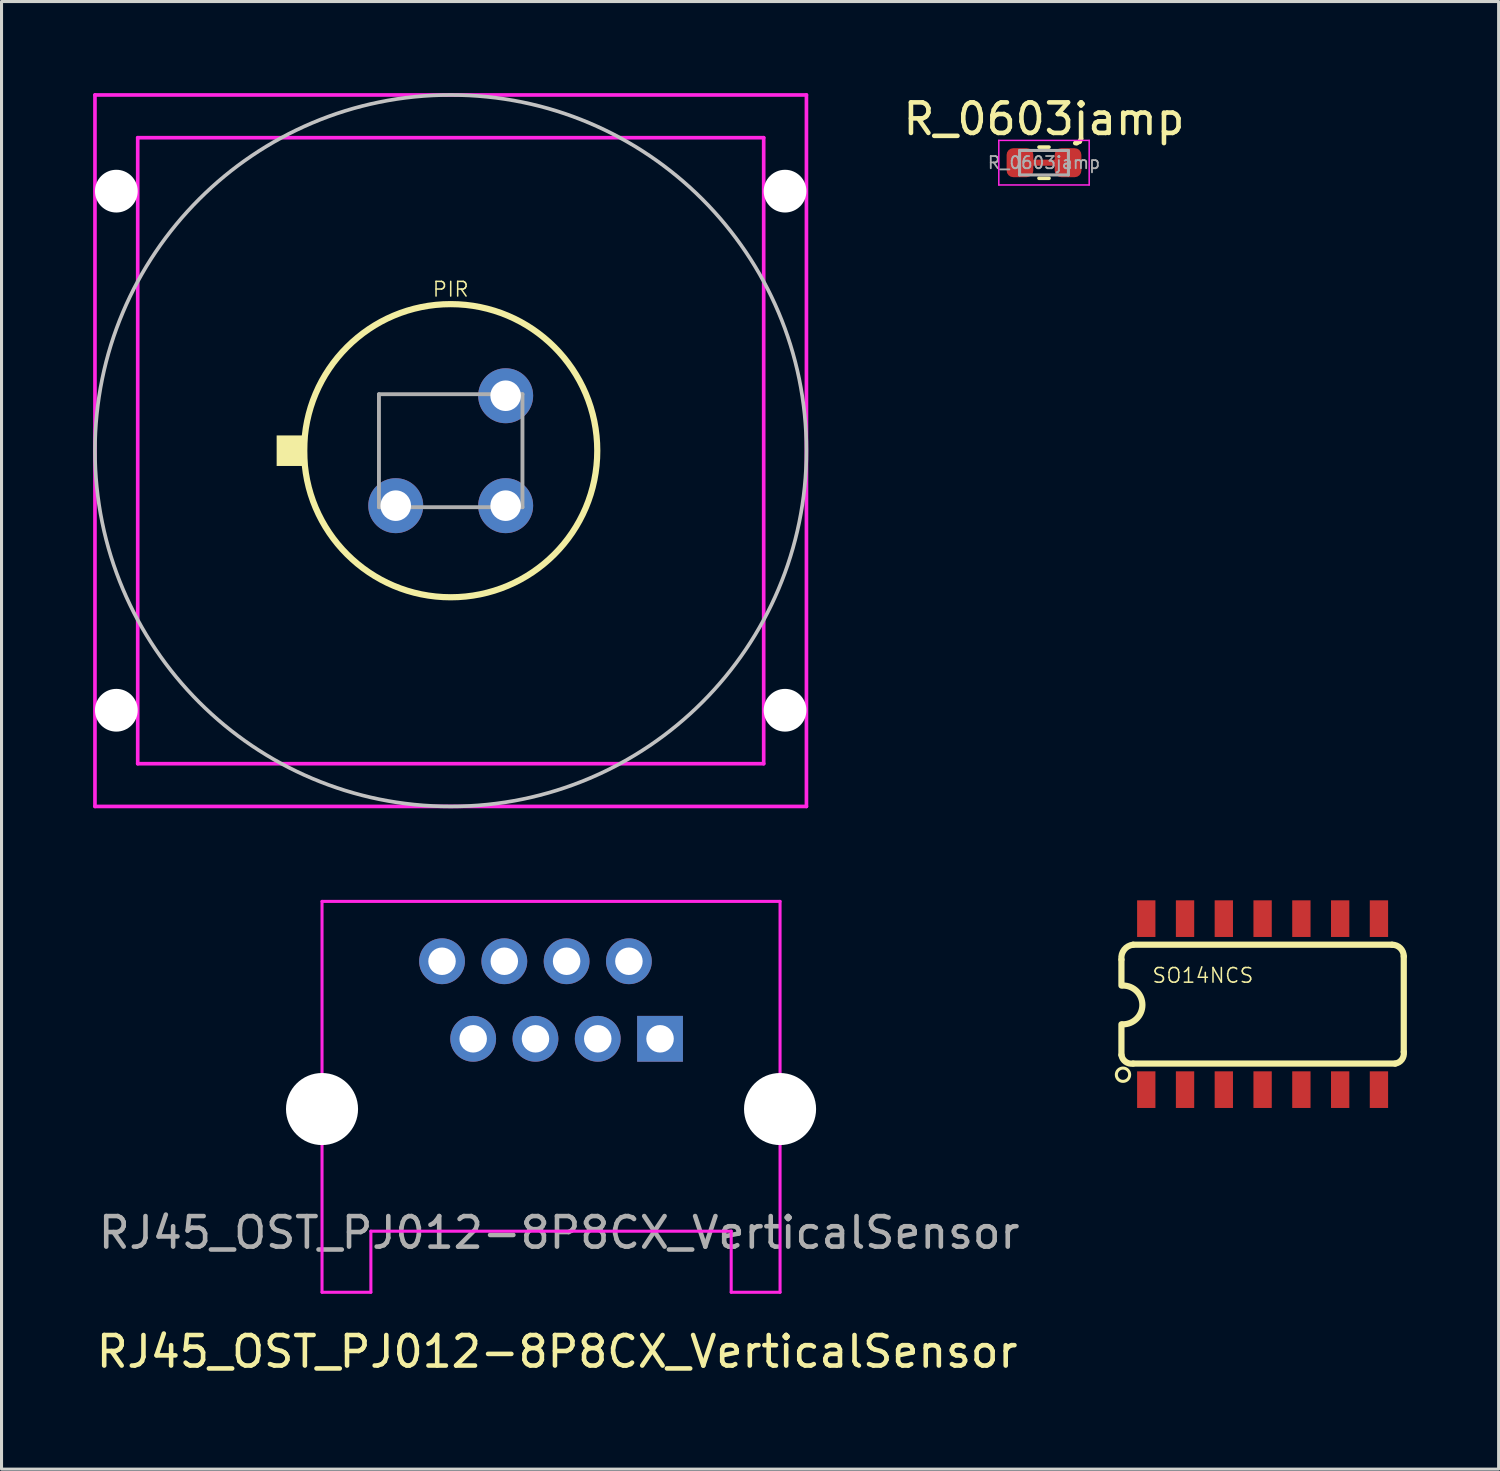
<source format=kicad_pcb>
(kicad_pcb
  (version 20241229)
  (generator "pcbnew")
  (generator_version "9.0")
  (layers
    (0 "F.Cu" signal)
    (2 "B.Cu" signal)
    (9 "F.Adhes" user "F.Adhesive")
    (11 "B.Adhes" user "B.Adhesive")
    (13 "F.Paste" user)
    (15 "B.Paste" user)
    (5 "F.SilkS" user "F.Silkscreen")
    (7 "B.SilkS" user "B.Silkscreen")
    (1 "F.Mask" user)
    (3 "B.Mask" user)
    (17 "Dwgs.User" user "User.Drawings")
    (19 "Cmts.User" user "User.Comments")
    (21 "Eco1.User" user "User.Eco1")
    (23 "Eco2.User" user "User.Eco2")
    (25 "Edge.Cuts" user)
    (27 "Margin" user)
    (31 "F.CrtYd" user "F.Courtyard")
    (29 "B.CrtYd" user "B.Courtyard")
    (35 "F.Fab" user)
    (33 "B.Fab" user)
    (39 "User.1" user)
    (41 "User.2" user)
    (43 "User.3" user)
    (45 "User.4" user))
  (footprint "SO14NCS"
    (layer "F.Cu")
    (at 38.299 29.835)
    (property "Reference" "SO14NCS" (at -1.956 -0.94 0) (layer "F.SilkS") (effects (font (size 0.48 0.48) (thickness 0.05))))
    (attr smd)
    (fp_line (start -4.623 -1.453) (end -4.623 -0.61) (stroke (width 0.203) (type solid)) (layer "F.SilkS"))
    (fp_line (start -4.623 1.665) (end -4.623 0.66) (stroke (width 0.203) (type solid)) (layer "F.SilkS"))
    (fp_line (start -4.242 1.946) (end 4.342 1.946) (stroke (width 0.203) (type solid)) (layer "F.SilkS"))
    (fp_line (start 4.242 -1.946) (end -4.242 -1.946) (stroke (width 0.203) (type solid)) (layer "F.SilkS"))
    (fp_line (start 4.623 1.565) (end 4.623 -1.565) (stroke (width 0.203) (type solid)) (layer "F.SilkS"))
    (fp_arc (start -4.62282 -1.46548) (mid -4.531891 -1.784802) (end -4.2418 -1.9463) (stroke (width 0.2032) (type solid)) (layer "F.SilkS"))
    (fp_arc (start -4.572 -0.6096) (mid -3.937 0.0254) (end -4.572 0.6604) (stroke (width 0.2032) (type solid)) (layer "F.SilkS"))
    (fp_arc (start -4.2418 1.9463) (mid -4.490497 1.884708) (end -4.6228 1.6653) (stroke (width 0.2032) (type solid)) (layer "F.SilkS"))
    (fp_arc (start 4.242 -1.9463) (mid 4.511308 -1.834666) (end 4.6228 -1.5653) (stroke (width 0.2032) (type solid)) (layer "F.SilkS"))
    (fp_arc (start 4.6228 1.5653) (mid 4.561208 1.813997) (end 4.3418 1.9463) (stroke (width 0.2032) (type solid)) (layer "F.SilkS"))
    (fp_circle (center -4.572 2.311) (end -4.354 2.311) (stroke (width 0.1) (type solid)) (fill no) (layer "F.SilkS"))
    (fp_poly (pts (xy -4.064 -3.365) (xy -3.556 -3.365) (xy -3.556 -2.286) (xy -4.064 -2.286)) (stroke (width 0.1) (type solid)) (fill no) (layer "Eco2.User"))
    (fp_poly (pts (xy -4.064 2.273) (xy -3.556 2.273) (xy -3.556 3.302) (xy -4.064 3.302)) (stroke (width 0.1) (type solid)) (fill no) (layer "Eco2.User"))
    (fp_poly (pts (xy -2.794 -3.302) (xy -2.286 -3.302) (xy -2.286 -2.286) (xy -2.794 -2.286)) (stroke (width 0.1) (type solid)) (fill no) (layer "Eco2.User"))
    (fp_poly (pts (xy -2.794 2.273) (xy -2.286 2.273) (xy -2.286 3.302) (xy -2.794 3.302)) (stroke (width 0.1) (type solid)) (fill no) (layer "Eco2.User"))
    (fp_poly (pts (xy -1.524 -3.302) (xy -1.016 -3.302) (xy -1.016 -2.286) (xy -1.524 -2.286)) (stroke (width 0.1) (type solid)) (fill no) (layer "Eco2.User"))
    (fp_poly (pts (xy -1.524 2.273) (xy -1.016 2.273) (xy -1.016 3.302) (xy -1.524 3.302)) (stroke (width 0.1) (type solid)) (fill no) (layer "Eco2.User"))
    (fp_poly (pts (xy -0.254 -3.302) (xy 0.254 -3.302) (xy 0.254 -2.286) (xy -0.254 -2.286)) (stroke (width 0.1) (type solid)) (fill no) (layer "Eco2.User"))
    (fp_poly (pts (xy -0.254 2.273) (xy 0.254 2.273) (xy 0.254 3.302) (xy -0.254 3.302)) (stroke (width 0.1) (type solid)) (fill no) (layer "Eco2.User"))
    (fp_poly (pts (xy 1.016 -3.302) (xy 1.524 -3.302) (xy 1.524 -2.286) (xy 1.016 -2.286)) (stroke (width 0.1) (type solid)) (fill no) (layer "Eco2.User"))
    (fp_poly (pts (xy 1.016 2.273) (xy 1.524 2.273) (xy 1.524 3.302) (xy 1.016 3.302)) (stroke (width 0.1) (type solid)) (fill no) (layer "Eco2.User"))
    (fp_poly (pts (xy 2.286 -3.302) (xy 2.794 -3.302) (xy 2.794 -2.286) (xy 2.286 -2.286)) (stroke (width 0.1) (type solid)) (fill no) (layer "Eco2.User"))
    (fp_poly (pts (xy 2.286 2.273) (xy 2.794 2.273) (xy 2.794 3.302) (xy 2.286 3.302)) (stroke (width 0.1) (type solid)) (fill no) (layer "Eco2.User"))
    (fp_poly (pts (xy 3.556 -3.302) (xy 4.064 -3.302) (xy 4.064 -2.286) (xy 3.556 -2.286)) (stroke (width 0.1) (type solid)) (fill no) (layer "Eco2.User"))
    (fp_poly (pts (xy 3.556 2.273) (xy 4.064 2.273) (xy 4.064 3.302) (xy 3.556 3.302)) (stroke (width 0.1) (type solid)) (fill no) (layer "Eco2.User"))
    (pad "1" smd rect (at -3.81 2.8) (size 0.6 1.2) (layers "F.Cu" "F.Mask" "F.Paste"))
    (pad "2" smd rect (at -2.54 2.8) (size 0.6 1.2) (layers "F.Cu" "F.Mask" "F.Paste"))
    (pad "3" smd rect (at -1.27 2.8) (size 0.6 1.2) (layers "F.Cu" "F.Mask" "F.Paste"))
    (pad "4" smd rect (at 0 2.8) (size 0.6 1.2) (layers "F.Cu" "F.Mask" "F.Paste"))
    (pad "5" smd rect (at 1.27 2.8) (size 0.6 1.2) (layers "F.Cu" "F.Mask" "F.Paste"))
    (pad "6" smd rect (at 2.54 2.8) (size 0.6 1.2) (layers "F.Cu" "F.Mask" "F.Paste"))
    (pad "7" smd rect (at 3.81 2.8) (size 0.6 1.2) (layers "F.Cu" "F.Mask" "F.Paste"))
    (pad "8" smd rect (at 3.81 -2.8) (size 0.6 1.2) (layers "F.Cu" "F.Mask" "F.Paste"))
    (pad "9" smd rect (at 2.54 -2.8) (size 0.6 1.2) (layers "F.Cu" "F.Mask" "F.Paste"))
    (pad "10" smd rect (at 1.27 -2.8) (size 0.6 1.2) (layers "F.Cu" "F.Mask" "F.Paste"))
    (pad "11" smd rect (at 0 -2.8) (size 0.6 1.2) (layers "F.Cu" "F.Mask" "F.Paste"))
    (pad "12" smd rect (at -1.27 -2.8) (size 0.6 1.2) (layers "F.Cu" "F.Mask" "F.Paste"))
    (pad "13" smd rect (at -2.54 -2.8) (size 0.6 1.2) (layers "F.Cu" "F.Mask" "F.Paste"))
    (pad "14" smd rect (at -3.81 -2.8) (size 0.6 1.2) (layers "F.Cu" "F.Mask" "F.Paste")))
  (footprint "R_0603jamp"
    (layer "F.Cu")
    (at 31.14 2.278)
    (property "Reference" "R_0603jamp" (at 0 -1.43 0) (layer "F.SilkS") (effects (font (size 1 1) (thickness 0.15))))
    (attr smd)
    (fp_line (start -0.163 -0.51) (end 0.163 -0.51) (stroke (width 0.12) (type solid)) (layer "F.SilkS"))
    (fp_line (start -0.163 0.51) (end 0.163 0.51) (stroke (width 0.12) (type solid)) (layer "F.SilkS"))
    (fp_line (start -1.48 -0.73) (end 1.48 -0.73) (stroke (width 0.05) (type solid)) (layer "F.CrtYd"))
    (fp_line (start -1.48 0.73) (end -1.48 -0.73) (stroke (width 0.05) (type solid)) (layer "F.CrtYd"))
    (fp_line (start 1.48 -0.73) (end 1.48 0.73) (stroke (width 0.05) (type solid)) (layer "F.CrtYd"))
    (fp_line (start 1.48 0.73) (end -1.48 0.73) (stroke (width 0.05) (type solid)) (layer "F.CrtYd"))
    (fp_line (start -0.8 -0.4) (end 0.8 -0.4) (stroke (width 0.1) (type solid)) (layer "F.Fab"))
    (fp_line (start -0.8 0.4) (end -0.8 -0.4) (stroke (width 0.1) (type solid)) (layer "F.Fab"))
    (fp_line (start 0.8 -0.4) (end 0.8 0.4) (stroke (width 0.1) (type solid)) (layer "F.Fab"))
    (fp_line (start 0.8 0.4) (end -0.8 0.4) (stroke (width 0.1) (type solid)) (layer "F.Fab"))
    (fp_text user "${REFERENCE}" (at 0 0 0) (layer "F.Fab") (effects (font (size 0.4 0.4) (thickness 0.06))))
    (pad "1" smd roundrect (at -0.787 0) (size 0.875 0.95) (layers "F.Cu" "F.Mask" "F.Paste") (roundrect_rratio 0.25))
    (pad "2" connect rect (at 0 0) (size 1 0.2) (layers "F.Cu" "F.Mask"))
    (pad "2" smd roundrect (at 0.787 0) (size 0.875 0.95) (layers "F.Cu" "F.Mask" "F.Paste") (roundrect_rratio 0.25)))
  (footprint "PIR"
    (layer "F.Cu")
    (at 11.71 11.71)
    (property "Reference" "PIR" (at 0 -5.285 0) (layer "F.SilkS") (effects (font (size 0.48 0.48) (thickness 0.05))))
    (attr through_hole)
    (fp_circle (center 0 0) (end 4.8 0) (stroke (width 0.203) (type solid)) (fill no) (layer "F.SilkS"))
    (fp_poly (pts (xy -5.7 -0.5) (xy -4.7 -0.5) (xy -4.7 0.5) (xy -5.7 0.5)) (stroke (width 0) (type solid)) (fill yes) (layer "F.SilkS"))
    (fp_circle (center 0 0) (end 11.65 -0.001) (stroke (width 0.12) (type solid)) (fill no) (layer "Dwgs.User"))
    (fp_line (start -11.65 -11.65) (end -11.65 11.65) (stroke (width 0.12) (type solid)) (layer "F.CrtYd"))
    (fp_line (start -11.65 -11.65) (end 11.65 -11.65) (stroke (width 0.12) (type solid)) (layer "F.CrtYd"))
    (fp_line (start -11.65 11.65) (end 11.65 11.65) (stroke (width 0.12) (type solid)) (layer "F.CrtYd"))
    (fp_line (start -10.25 -10.25) (end 10.25 -10.25) (stroke (width 0.12) (type solid)) (layer "F.CrtYd"))
    (fp_line (start -10.25 10.25) (end -10.25 -10.25) (stroke (width 0.12) (type solid)) (layer "F.CrtYd"))
    (fp_line (start -10.25 10.25) (end 10.25 10.25) (stroke (width 0.12) (type solid)) (layer "F.CrtYd"))
    (fp_line (start 10.25 10.25) (end 10.25 -10.25) (stroke (width 0.12) (type solid)) (layer "F.CrtYd"))
    (fp_line (start 11.65 -11.65) (end 11.65 11.65) (stroke (width 0.12) (type solid)) (layer "F.CrtYd"))
    (fp_line (start -2.35 -1.85) (end -2.35 1.85) (stroke (width 0.127) (type solid)) (layer "F.Fab"))
    (fp_line (start -2.35 1.85) (end 2.35 1.85) (stroke (width 0.127) (type solid)) (layer "F.Fab"))
    (fp_line (start 2.35 -1.85) (end -2.35 -1.85) (stroke (width 0.127) (type solid)) (layer "F.Fab"))
    (fp_line (start 2.35 1.85) (end 2.35 -1.85) (stroke (width 0.127) (type solid)) (layer "F.Fab"))
    (pad "" np_thru_hole circle (at -10.95 -8.5) (size 1.4 1.4) (drill 1.4) (layers "*.Cu" "*.Mask"))
    (pad "" np_thru_hole circle (at -10.95 8.5) (size 1.4 1.4) (drill 1.4) (layers "*.Cu" "*.Mask"))
    (pad "" np_thru_hole circle (at 10.95 -8.5) (size 1.4 1.4) (drill 1.4) (layers "*.Cu" "*.Mask"))
    (pad "" np_thru_hole circle (at 10.95 8.5) (size 1.4 1.4) (drill 1.4) (layers "*.Cu" "*.Mask"))
    (pad "D" thru_hole circle (at -1.8 1.8) (size 1.8 1.8) (drill 1) (layers "*.Cu" "*.Mask"))
    (pad "G" thru_hole circle (at 1.8 -1.8) (size 1.8 1.8) (drill 1) (layers "*.Cu" "*.Mask"))
    (pad "S" thru_hole circle (at 1.8 1.8) (size 1.8 1.8) (drill 1) (layers "*.Cu" "*.Mask")))
  (footprint "RJ45_OST_PJ012-8P8CX_VerticalSensor"
    (layer "F.Cu")
    (at 14.996 30.97)
    (property "Reference" "RJ45_OST_PJ012-8P8CX_VerticalSensor" (at 0.2 10.245 0) (layer "F.SilkS") (effects (font (size 1 1) (thickness 0.15))))
    (attr through_hole)
    (fp_line (start -7.5 -4.5) (end -7.5 8.3) (stroke (width 0.1) (type solid)) (layer "F.CrtYd"))
    (fp_line (start -5.9 6.3) (end -5.9 8.3) (stroke (width 0.1) (type default)) (layer "F.CrtYd"))
    (fp_line (start -5.9 8.3) (end -7.5 8.3) (stroke (width 0.1) (type solid)) (layer "F.CrtYd"))
    (fp_line (start 5.9 6.3) (end -5.9 6.3) (stroke (width 0.1) (type solid)) (layer "F.CrtYd"))
    (fp_line (start 5.9 6.3) (end 5.9 8.3) (stroke (width 0.1) (type default)) (layer "F.CrtYd"))
    (fp_line (start 7.5 -4.5) (end -7.5 -4.5) (stroke (width 0.1) (type solid)) (layer "F.CrtYd"))
    (fp_line (start 7.5 -4.5) (end 7.5 8.3) (stroke (width 0.1) (type solid)) (layer "F.CrtYd"))
    (fp_line (start 7.5 8.3) (end 5.9 8.3) (stroke (width 0.1) (type solid)) (layer "F.CrtYd"))
    (fp_text user "${REFERENCE}" (at 0.266 6.35 0) (layer "F.Fab") (effects (font (size 1 1) (thickness 0.15))))
    (pad "" np_thru_hole circle (at -7.5 2.3) (size 2.36 2.36) (drill 2.36) (layers "*.Cu" "*.Mask"))
    (pad "" np_thru_hole circle (at 7.5 2.3) (size 2.36 2.36) (drill 2.36) (layers "*.Cu" "*.Mask"))
    (pad "1" thru_hole rect (at 3.57 0) (size 1.5 1.5) (drill 0.9) (layers "*.Cu" "*.Mask"))
    (pad "2" thru_hole circle (at 2.55 -2.54) (size 1.5 1.5) (drill 0.9) (layers "*.Cu" "*.Mask"))
    (pad "3" thru_hole circle (at 1.53 0) (size 1.5 1.5) (drill 0.9) (layers "*.Cu" "*.Mask"))
    (pad "4" thru_hole circle (at 0.51 -2.54) (size 1.5 1.5) (drill 0.9) (layers "*.Cu" "*.Mask"))
    (pad "5" thru_hole circle (at -0.51 0) (size 1.5 1.5) (drill 0.9) (layers "*.Cu" "*.Mask"))
    (pad "6" thru_hole circle (at -1.53 -2.54) (size 1.5 1.5) (drill 0.9) (layers "*.Cu" "*.Mask"))
    (pad "7" thru_hole circle (at -2.55 0) (size 1.5 1.5) (drill 0.9) (layers "*.Cu" "*.Mask"))
    (pad "8" thru_hole circle (at -3.57 -2.54) (size 1.5 1.5) (drill 0.9) (layers "*.Cu" "*.Mask")))
  (gr_rect
    (start -3 -3)
    (end 46.028 45.063)
    (stroke (width 0.1) (type default))
    (fill no)
    (layer "Edge.Cuts")))
</source>
